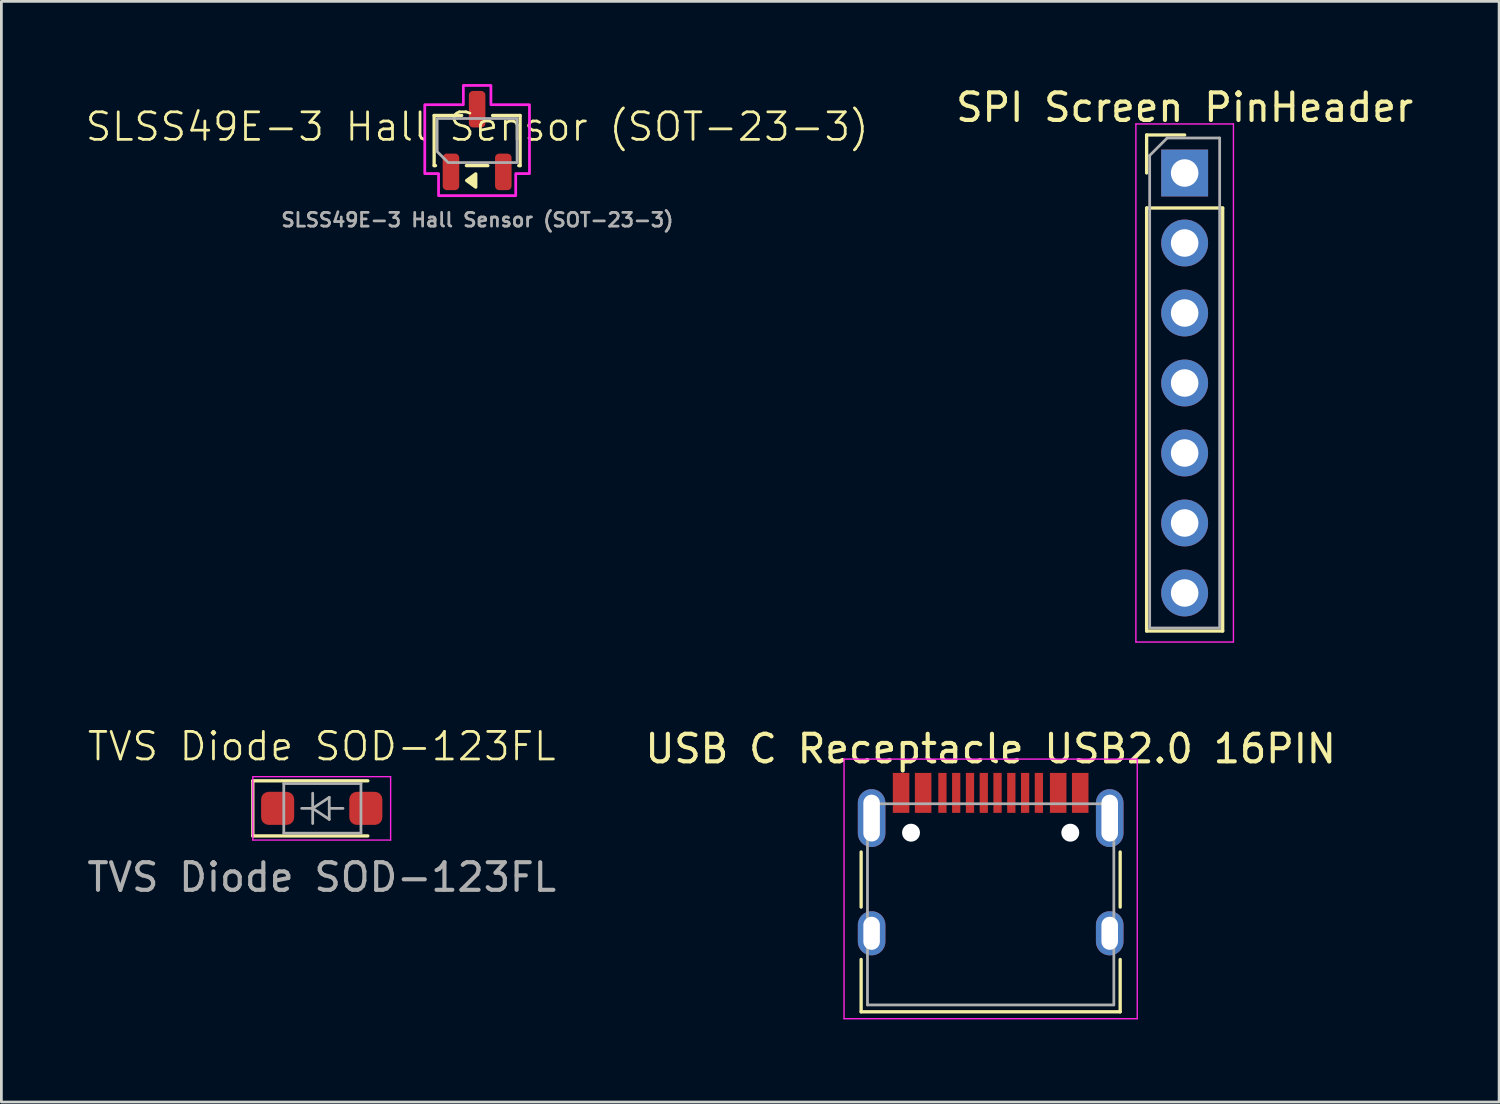
<source format=kicad_pcb>
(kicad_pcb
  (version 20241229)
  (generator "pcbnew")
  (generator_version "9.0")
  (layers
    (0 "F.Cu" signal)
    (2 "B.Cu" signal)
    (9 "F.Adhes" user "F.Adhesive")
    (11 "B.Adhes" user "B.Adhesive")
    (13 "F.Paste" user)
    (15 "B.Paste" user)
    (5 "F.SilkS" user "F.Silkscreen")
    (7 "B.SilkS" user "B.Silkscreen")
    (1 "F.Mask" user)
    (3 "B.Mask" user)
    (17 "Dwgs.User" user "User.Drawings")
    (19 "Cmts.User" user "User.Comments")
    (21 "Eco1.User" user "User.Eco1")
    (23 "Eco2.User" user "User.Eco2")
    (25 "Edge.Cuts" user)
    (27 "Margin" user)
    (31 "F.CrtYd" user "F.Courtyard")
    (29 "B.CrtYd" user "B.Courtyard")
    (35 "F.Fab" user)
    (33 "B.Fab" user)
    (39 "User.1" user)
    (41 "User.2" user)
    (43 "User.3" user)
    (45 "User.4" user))
  (footprint "SLSS49E-3 Hall Sensor (SOT-23-3)"
    (layer "F.Cu")
    (at 14.264 2.05)
    (property "Reference" "SLSS49E-3 Hall Sensor (SOT-23-3)" (at 0 -0.5 0) (unlocked yes) (layer "F.SilkS") (effects (font (size 1 1) (thickness 0.1))))
    (attr smd)
    (fp_line (start -1.56 -0.91) (end -0.56 -0.91) (stroke (width 0.12) (type solid)) (layer "F.SilkS"))
    (fp_line (start -1.56 0.91) (end -1.56 -0.91) (stroke (width 0.12) (type solid)) (layer "F.SilkS"))
    (fp_line (start -1.51 0.91) (end -1.56 0.91) (stroke (width 0.12) (type solid)) (layer "F.SilkS"))
    (fp_line (start 0.39 0.91) (end -0.39 0.91) (stroke (width 0.12) (type solid)) (layer "F.SilkS"))
    (fp_line (start 0.56 -0.91) (end 1.56 -0.91) (stroke (width 0.12) (type solid)) (layer "F.SilkS"))
    (fp_line (start 1.56 -0.91) (end 1.56 0.91) (stroke (width 0.12) (type solid)) (layer "F.SilkS"))
    (fp_line (start 1.56 0.91) (end 1.51 0.91) (stroke (width 0.12) (type solid)) (layer "F.SilkS"))
    (fp_poly (pts (xy -0.38 1.45) (xy -0.05 1.21) (xy -0.05 1.69)) (stroke (width 0.12) (type solid)) (fill yes) (layer "F.SilkS"))
    (fp_poly (pts (xy 1.9 -1.3) (xy 0.5 -1.3) (xy 0.5 -2) (xy -0.5 -2) (xy -0.5 -1.3) (xy -1.9 -1.3) (xy -1.9 1.2) (xy -1.4 1.2) (xy -1.4 2) (xy 1.4 2) (xy 1.4 1.2) (xy 1.9 1.2)) (stroke (width 0.1) (type solid)) (fill no) (layer "F.CrtYd"))
    (fp_poly (pts (xy -1.05 0.8) (xy 1.45 0.8) (xy 1.45 -0.8) (xy -1.45 -0.8) (xy -1.45 0.4)) (stroke (width 0.1) (type solid)) (fill no) (layer "F.Fab"))
    (fp_text user "${REFERENCE}" (at 0.01 2.88 0) (unlocked yes) (layer "F.Fab") (effects (font (size 0.5 0.5) (thickness 0.1) (bold yes))))
    (pad "1" smd roundrect (at -0.95 1.137 90) (size 1.325 0.6) (layers "F.Cu" "F.Mask" "F.Paste") (roundrect_rratio 0.25))
    (pad "2" smd roundrect (at 0 -1.137 90) (size 1.325 0.6) (layers "F.Cu" "F.Mask" "F.Paste") (roundrect_rratio 0.25))
    (pad "3" smd roundrect (at 0.95 1.137 90) (size 1.325 0.6) (layers "F.Cu" "F.Mask" "F.Paste") (roundrect_rratio 0.25)))
  (footprint "TVS Diode SOD-123FL"
    (layer "F.Cu")
    (at 8.625 26.284)
    (property "Reference" "TVS Diode SOD-123FL" (at 0 -2.25 0) (unlocked yes) (layer "F.SilkS") (effects (font (size 1 1) (thickness 0.1))))
    (attr smd)
    (fp_line (start -2.5 -1) (end -2.5 1) (stroke (width 0.12) (type solid)) (layer "F.SilkS"))
    (fp_line (start -2.5 -1) (end 1.673 -1) (stroke (width 0.12) (type solid)) (layer "F.SilkS"))
    (fp_line (start -2.5 1) (end 1.673 1) (stroke (width 0.12) (type solid)) (layer "F.SilkS"))
    (fp_line (start -2.5 -1.15) (end -2.5 1.15) (stroke (width 0.05) (type solid)) (layer "F.CrtYd"))
    (fp_line (start -2.5 -1.15) (end 2.5 -1.15) (stroke (width 0.05) (type solid)) (layer "F.CrtYd"))
    (fp_line (start 2.5 -1.15) (end 2.5 1.15) (stroke (width 0.05) (type solid)) (layer "F.CrtYd"))
    (fp_line (start 2.5 1.15) (end -2.5 1.15) (stroke (width 0.05) (type solid)) (layer "F.CrtYd"))
    (fp_line (start -1.377 -0.9) (end 1.423 -0.9) (stroke (width 0.1) (type solid)) (layer "F.Fab"))
    (fp_line (start -1.377 0.9) (end -1.377 -0.9) (stroke (width 0.1) (type solid)) (layer "F.Fab"))
    (fp_line (start -0.728 0) (end -0.328 0) (stroke (width 0.1) (type solid)) (layer "F.Fab"))
    (fp_line (start -0.328 0) (end -0.328 -0.55) (stroke (width 0.1) (type solid)) (layer "F.Fab"))
    (fp_line (start -0.328 0) (end -0.328 0.55) (stroke (width 0.1) (type solid)) (layer "F.Fab"))
    (fp_line (start -0.328 0) (end 0.273 -0.4) (stroke (width 0.1) (type solid)) (layer "F.Fab"))
    (fp_line (start 0.273 -0.4) (end 0.273 0.4) (stroke (width 0.1) (type solid)) (layer "F.Fab"))
    (fp_line (start 0.273 0) (end 0.772 0) (stroke (width 0.1) (type solid)) (layer "F.Fab"))
    (fp_line (start 0.273 0.4) (end -0.328 0) (stroke (width 0.1) (type solid)) (layer "F.Fab"))
    (fp_line (start 1.423 -0.9) (end 1.423 0.9) (stroke (width 0.1) (type solid)) (layer "F.Fab"))
    (fp_line (start 1.423 0.9) (end -1.377 0.9) (stroke (width 0.1) (type solid)) (layer "F.Fab"))
    (fp_text user "${REFERENCE}" (at 0 2.5 0) (unlocked yes) (layer "F.Fab") (effects (font (size 1 1) (thickness 0.15))))
    (pad "1" smd roundrect (at -1.6 0) (size 1.2 1.2) (layers "F.Cu" "F.Mask" "F.Paste") (roundrect_rratio 0.227))
    (pad "2" smd roundrect (at 1.6 0) (size 1.2 1.2) (layers "F.Cu" "F.Mask" "F.Paste") (roundrect_rratio 0.227)))
  (footprint "SPI Screen PinHeader"
    (layer "F.Cu")
    (at 39.939 3.228)
    (property "Reference" "SPI Screen PinHeader" (at 0 -2.38 0) (layer "F.SilkS") (effects (font (size 1 1) (thickness 0.15))))
    (attr through_hole)
    (fp_line (start -1.38 -1.38) (end 0 -1.38) (stroke (width 0.12) (type solid)) (layer "F.SilkS"))
    (fp_line (start -1.38 0) (end -1.38 -1.38) (stroke (width 0.12) (type solid)) (layer "F.SilkS"))
    (fp_line (start -1.38 1.27) (end -1.38 16.62) (stroke (width 0.12) (type solid)) (layer "F.SilkS"))
    (fp_line (start -1.38 1.27) (end 1.38 1.27) (stroke (width 0.12) (type solid)) (layer "F.SilkS"))
    (fp_line (start -1.38 16.62) (end 1.38 16.62) (stroke (width 0.12) (type solid)) (layer "F.SilkS"))
    (fp_line (start 1.38 1.27) (end 1.38 16.62) (stroke (width 0.12) (type solid)) (layer "F.SilkS"))
    (fp_line (start -1.77 -1.78) (end -1.77 17.02) (stroke (width 0.05) (type solid)) (layer "F.CrtYd"))
    (fp_line (start -1.77 17.02) (end 1.77 17.02) (stroke (width 0.05) (type solid)) (layer "F.CrtYd"))
    (fp_line (start 1.77 -1.78) (end -1.77 -1.78) (stroke (width 0.05) (type solid)) (layer "F.CrtYd"))
    (fp_line (start 1.77 17.02) (end 1.77 -1.78) (stroke (width 0.05) (type solid)) (layer "F.CrtYd"))
    (fp_line (start -1.27 -0.635) (end -0.635 -1.27) (stroke (width 0.1) (type solid)) (layer "F.Fab"))
    (fp_line (start -1.27 16.51) (end -1.27 -0.635) (stroke (width 0.1) (type solid)) (layer "F.Fab"))
    (fp_line (start -0.635 -1.27) (end 1.27 -1.27) (stroke (width 0.1) (type solid)) (layer "F.Fab"))
    (fp_line (start 1.27 -1.27) (end 1.27 16.51) (stroke (width 0.1) (type solid)) (layer "F.Fab"))
    (fp_line (start 1.27 16.51) (end -1.27 16.51) (stroke (width 0.1) (type solid)) (layer "F.Fab"))
    (pad "1" thru_hole rect (at 0 0) (size 1.7 1.7) (drill 1) (layers "*.Cu" "*.Mask"))
    (pad "2" thru_hole circle (at 0 2.54) (size 1.7 1.7) (drill 1) (layers "*.Cu" "*.Mask"))
    (pad "3" thru_hole circle (at 0 5.08) (size 1.7 1.7) (drill 1) (layers "*.Cu" "*.Mask"))
    (pad "4" thru_hole circle (at 0 7.62) (size 1.7 1.7) (drill 1) (layers "*.Cu" "*.Mask"))
    (pad "5" thru_hole circle (at 0 10.16) (size 1.7 1.7) (drill 1) (layers "*.Cu" "*.Mask"))
    (pad "6" thru_hole circle (at 0 12.7) (size 1.7 1.7) (drill 1) (layers "*.Cu" "*.Mask"))
    (pad "7" thru_hole circle (at 0 15.24) (size 1.7 1.7) (drill 1) (layers "*.Cu" "*.Mask")))
  (footprint "USB C Receptacle USB2.0 16PIN"
    (layer "F.Cu")
    (at 32.899 29.767)
    (property "Reference" "USB C Receptacle USB2.0 16PIN" (at 0 -5.645 0) (layer "F.SilkS") (effects (font (size 1 1) (thickness 0.15))))
    (attr smd)
    (fp_line (start -4.7 -1.9) (end -4.7 0.1) (stroke (width 0.12) (type solid)) (layer "F.SilkS"))
    (fp_line (start -4.7 2) (end -4.7 3.9) (stroke (width 0.12) (type solid)) (layer "F.SilkS"))
    (fp_line (start -4.7 3.9) (end 4.7 3.9) (stroke (width 0.12) (type solid)) (layer "F.SilkS"))
    (fp_line (start 4.7 -1.9) (end 4.7 0.1) (stroke (width 0.12) (type solid)) (layer "F.SilkS"))
    (fp_line (start 4.7 2) (end 4.7 3.9) (stroke (width 0.12) (type solid)) (layer "F.SilkS"))
    (fp_line (start -5.32 -5.27) (end -5.32 4.15) (stroke (width 0.05) (type solid)) (layer "F.CrtYd"))
    (fp_line (start -5.32 -5.27) (end 5.32 -5.27) (stroke (width 0.05) (type solid)) (layer "F.CrtYd"))
    (fp_line (start -5.32 4.15) (end 5.32 4.15) (stroke (width 0.05) (type solid)) (layer "F.CrtYd"))
    (fp_line (start 5.32 -5.27) (end 5.32 4.15) (stroke (width 0.05) (type solid)) (layer "F.CrtYd"))
    (fp_line (start -4.47 -3.65) (end -4.47 3.65) (stroke (width 0.1) (type solid)) (layer "F.Fab"))
    (fp_line (start -4.47 -3.65) (end 4.47 -3.65) (stroke (width 0.1) (type solid)) (layer "F.Fab"))
    (fp_line (start -4.47 3.65) (end 4.47 3.65) (stroke (width 0.1) (type solid)) (layer "F.Fab"))
    (fp_line (start 4.47 -3.65) (end 4.47 3.65) (stroke (width 0.1) (type solid)) (layer "F.Fab"))
    (pad "" np_thru_hole circle (at -2.89 -2.6) (size 0.65 0.65) (drill 0.65) (layers "*.Cu" "*.Mask"))
    (pad "" np_thru_hole circle (at 2.89 -2.6) (size 0.65 0.65) (drill 0.65) (layers "*.Cu" "*.Mask"))
    (pad "A1" smd rect (at -3.25 -4.045) (size 0.6 1.45) (layers "F.Cu" "F.Mask" "F.Paste"))
    (pad "A4" smd rect (at -2.45 -4.045) (size 0.6 1.45) (layers "F.Cu" "F.Mask" "F.Paste"))
    (pad "A5" smd rect (at -1.25 -4.045) (size 0.3 1.45) (layers "F.Cu" "F.Mask" "F.Paste"))
    (pad "A6" smd rect (at -0.25 -4.045) (size 0.3 1.45) (layers "F.Cu" "F.Mask" "F.Paste"))
    (pad "A7" smd rect (at 0.25 -4.045) (size 0.3 1.45) (layers "F.Cu" "F.Mask" "F.Paste"))
    (pad "A8" smd rect (at 1.25 -4.045) (size 0.3 1.45) (layers "F.Cu" "F.Mask" "F.Paste"))
    (pad "A9" smd rect (at 2.45 -4.045) (size 0.6 1.45) (layers "F.Cu" "F.Mask" "F.Paste"))
    (pad "A12" smd rect (at 3.25 -4.045) (size 0.6 1.45) (layers "F.Cu" "F.Mask" "F.Paste"))
    (pad "B5" smd rect (at 1.75 -4.045) (size 0.3 1.45) (layers "F.Cu" "F.Mask" "F.Paste"))
    (pad "B6" smd rect (at 0.75 -4.045) (size 0.3 1.45) (layers "F.Cu" "F.Mask" "F.Paste"))
    (pad "B7" smd rect (at -0.75 -4.045) (size 0.3 1.45) (layers "F.Cu" "F.Mask" "F.Paste"))
    (pad "B8" smd rect (at -1.75 -4.045) (size 0.3 1.45) (layers "F.Cu" "F.Mask" "F.Paste"))
    (pad "S1" thru_hole oval (at -4.32 -3.13) (size 1 2.1) (drill oval 0.6 1.7) (property pad_prop_heatsink) (layers "*.Cu" "*.Mask"))
    (pad "S1" thru_hole oval (at -4.32 1.05) (size 1 1.6) (drill oval 0.6 1.2) (property pad_prop_heatsink) (layers "*.Cu" "*.Mask"))
    (pad "S1" thru_hole oval (at 4.32 -3.13) (size 1 2.1) (drill oval 0.6 1.7) (property pad_prop_heatsink) (layers "*.Cu" "*.Mask"))
    (pad "S1" thru_hole oval (at 4.32 1.05) (size 1 1.6) (drill oval 0.6 1.2) (property pad_prop_heatsink) (layers "*.Cu" "*.Mask")))
  (gr_rect
    (start -3 -3)
    (end 51.35 36.941)
    (stroke (width 0.1) (type default))
    (fill no)
    (layer "Edge.Cuts")))
</source>
